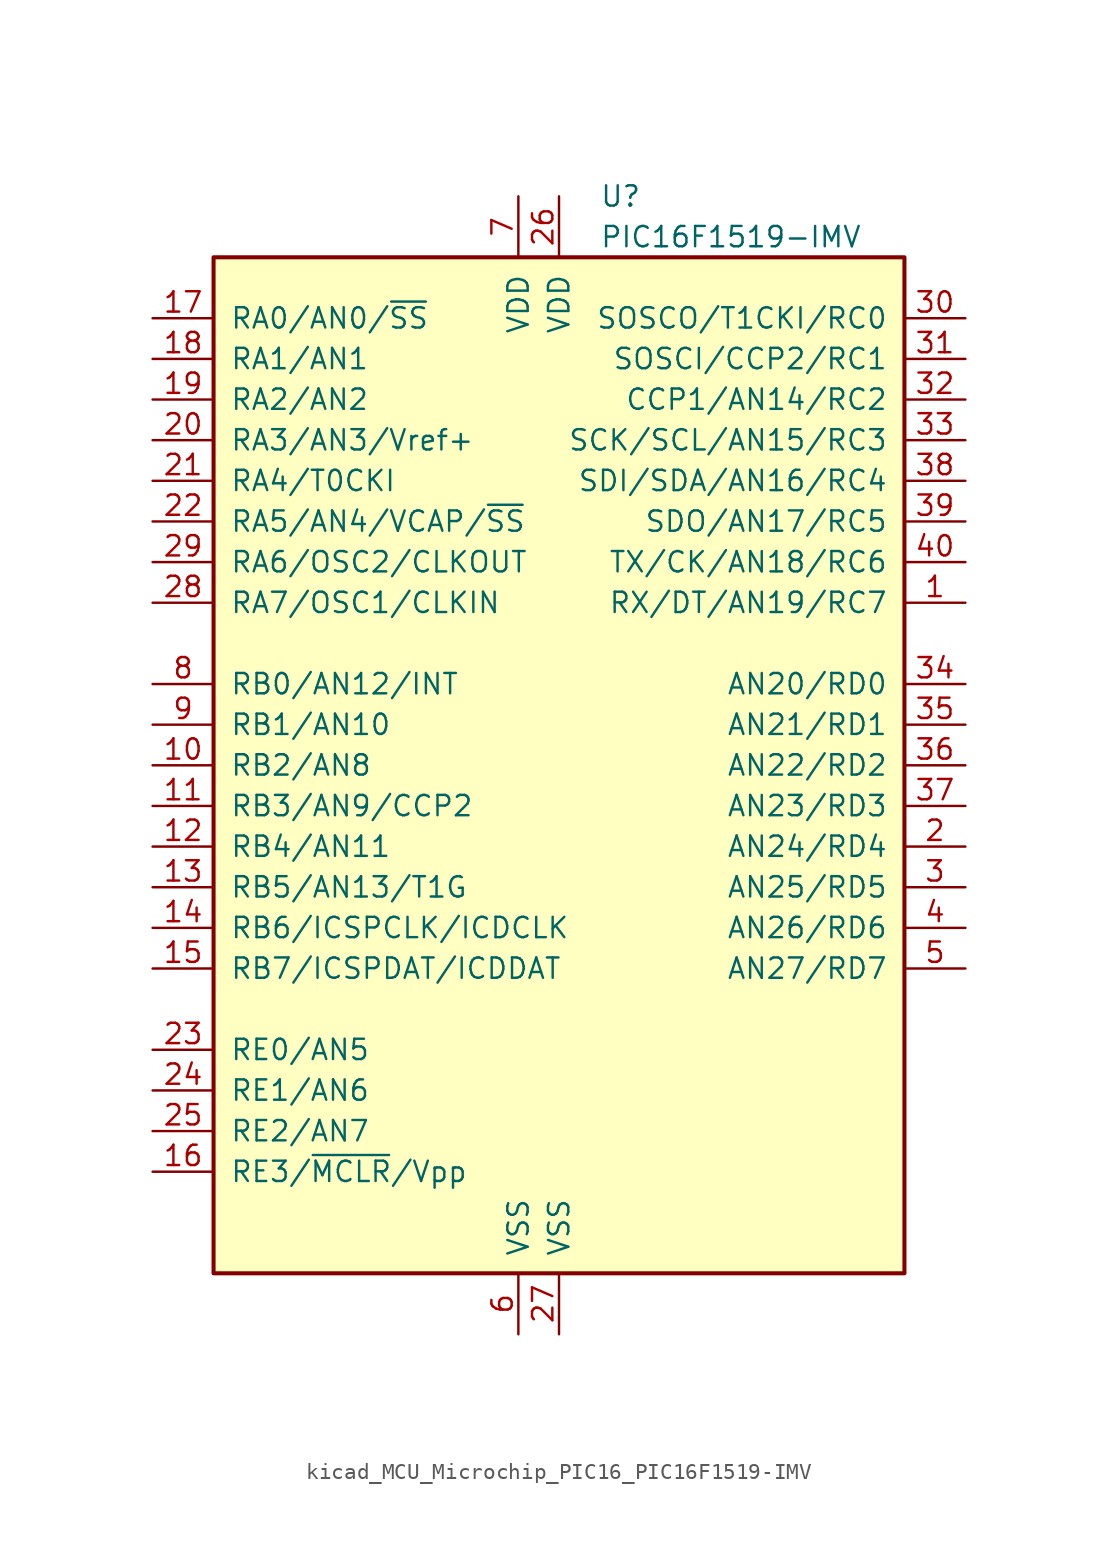
<source format=kicad_sym>
(kicad_symbol_lib
  (version 20220914)
  (generator kicad_symbol_editor)
  (symbol "kicad_MCU_Microchip_PIC16_PIC16F1519-IMV"
    (pin_names
      (offset 1.016))
    (property "Reference" "U"
      (at 2.54 35.56 0)
      (effects (font (size 1.27 1.27)) (justify left)))
    (property "Value" "PIC16F1519-IMV"
      (at 2.54 33.02 0)
      (effects (font (size 1.27 1.27)) (justify left)))
    (symbol "kicad_MCU_Microchip_PIC16_PIC16F1519-IMV_0_1"
      (rectangle (start -21.59 31.75) (end 21.59 -31.75) (stroke (width 0.254) (type default)) (fill (type background))))
    (symbol "kicad_MCU_Microchip_PIC16_PIC16F1519-IMV_1_1"
      (pin bidirectional line (at 25.4 10.16 180) (length 3.81) (name "RX/DT/AN19/RC7" (effects (font (size 1.27 1.27)))) (number "1" (effects (font (size 1.27 1.27)))))
      (pin bidirectional line (at -25.4 0 0) (length 3.81) (name "RB2/AN8" (effects (font (size 1.27 1.27)))) (number "10" (effects (font (size 1.27 1.27)))))
      (pin bidirectional line (at -25.4 -2.54 0) (length 3.81) (name "RB3/AN9/CCP2" (effects (font (size 1.27 1.27)))) (number "11" (effects (font (size 1.27 1.27)))))
      (pin bidirectional line (at -25.4 -5.08 0) (length 3.81) (name "RB4/AN11" (effects (font (size 1.27 1.27)))) (number "12" (effects (font (size 1.27 1.27)))))
      (pin bidirectional line (at -25.4 -7.62 0) (length 3.81) (name "RB5/AN13/T1G" (effects (font (size 1.27 1.27)))) (number "13" (effects (font (size 1.27 1.27)))))
      (pin bidirectional line (at -25.4 -10.16 0) (length 3.81) (name "RB6/ICSPCLK/ICDCLK" (effects (font (size 1.27 1.27)))) (number "14" (effects (font (size 1.27 1.27)))))
      (pin bidirectional line (at -25.4 -12.7 0) (length 3.81) (name "RB7/ICSPDAT/ICDDAT" (effects (font (size 1.27 1.27)))) (number "15" (effects (font (size 1.27 1.27)))))
      (pin input line (at -25.4 -25.4 0) (length 3.81) (name "RE3/~{MCLR}/Vpp" (effects (font (size 1.27 1.27)))) (number "16" (effects (font (size 1.27 1.27)))))
      (pin bidirectional line (at -25.4 27.94 0) (length 3.81) (name "RA0/AN0/~{SS}" (effects (font (size 1.27 1.27)))) (number "17" (effects (font (size 1.27 1.27)))))
      (pin bidirectional line (at -25.4 25.4 0) (length 3.81) (name "RA1/AN1" (effects (font (size 1.27 1.27)))) (number "18" (effects (font (size 1.27 1.27)))))
      (pin bidirectional line (at -25.4 22.86 0) (length 3.81) (name "RA2/AN2" (effects (font (size 1.27 1.27)))) (number "19" (effects (font (size 1.27 1.27)))))
      (pin bidirectional line (at 25.4 -5.08 180) (length 3.81) (name "AN24/RD4" (effects (font (size 1.27 1.27)))) (number "2" (effects (font (size 1.27 1.27)))))
      (pin bidirectional line (at -25.4 20.32 0) (length 3.81) (name "RA3/AN3/Vref+" (effects (font (size 1.27 1.27)))) (number "20" (effects (font (size 1.27 1.27)))))
      (pin bidirectional line (at -25.4 17.78 0) (length 3.81) (name "RA4/T0CKI" (effects (font (size 1.27 1.27)))) (number "21" (effects (font (size 1.27 1.27)))))
      (pin bidirectional line (at -25.4 15.24 0) (length 3.81) (name "RA5/AN4/VCAP/~{SS}" (effects (font (size 1.27 1.27)))) (number "22" (effects (font (size 1.27 1.27)))))
      (pin bidirectional line (at -25.4 -17.78 0) (length 3.81) (name "RE0/AN5" (effects (font (size 1.27 1.27)))) (number "23" (effects (font (size 1.27 1.27)))))
      (pin bidirectional line (at -25.4 -20.32 0) (length 3.81) (name "RE1/AN6" (effects (font (size 1.27 1.27)))) (number "24" (effects (font (size 1.27 1.27)))))
      (pin bidirectional line (at -25.4 -22.86 0) (length 3.81) (name "RE2/AN7" (effects (font (size 1.27 1.27)))) (number "25" (effects (font (size 1.27 1.27)))))
      (pin power_in line (at 0 35.56 270) (length 3.81) (name "VDD" (effects (font (size 1.27 1.27)))) (number "26" (effects (font (size 1.27 1.27)))))
      (pin power_in line (at 0 -35.56 90) (length 3.81) (name "VSS" (effects (font (size 1.27 1.27)))) (number "27" (effects (font (size 1.27 1.27)))))
      (pin bidirectional line (at -25.4 10.16 0) (length 3.81) (name "RA7/OSC1/CLKIN" (effects (font (size 1.27 1.27)))) (number "28" (effects (font (size 1.27 1.27)))))
      (pin bidirectional line (at -25.4 12.7 0) (length 3.81) (name "RA6/OSC2/CLKOUT" (effects (font (size 1.27 1.27)))) (number "29" (effects (font (size 1.27 1.27)))))
      (pin bidirectional line (at 25.4 -7.62 180) (length 3.81) (name "AN25/RD5" (effects (font (size 1.27 1.27)))) (number "3" (effects (font (size 1.27 1.27)))))
      (pin bidirectional line (at 25.4 27.94 180) (length 3.81) (name "SOSCO/T1CKI/RC0" (effects (font (size 1.27 1.27)))) (number "30" (effects (font (size 1.27 1.27)))))
      (pin bidirectional line (at 25.4 25.4 180) (length 3.81) (name "SOSCI/CCP2/RC1" (effects (font (size 1.27 1.27)))) (number "31" (effects (font (size 1.27 1.27)))))
      (pin bidirectional line (at 25.4 22.86 180) (length 3.81) (name "CCP1/AN14/RC2" (effects (font (size 1.27 1.27)))) (number "32" (effects (font (size 1.27 1.27)))))
      (pin bidirectional line (at 25.4 20.32 180) (length 3.81) (name "SCK/SCL/AN15/RC3" (effects (font (size 1.27 1.27)))) (number "33" (effects (font (size 1.27 1.27)))))
      (pin bidirectional line (at 25.4 5.08 180) (length 3.81) (name "AN20/RD0" (effects (font (size 1.27 1.27)))) (number "34" (effects (font (size 1.27 1.27)))))
      (pin bidirectional line (at 25.4 2.54 180) (length 3.81) (name "AN21/RD1" (effects (font (size 1.27 1.27)))) (number "35" (effects (font (size 1.27 1.27)))))
      (pin bidirectional line (at 25.4 0 180) (length 3.81) (name "AN22/RD2" (effects (font (size 1.27 1.27)))) (number "36" (effects (font (size 1.27 1.27)))))
      (pin bidirectional line (at 25.4 -2.54 180) (length 3.81) (name "AN23/RD3" (effects (font (size 1.27 1.27)))) (number "37" (effects (font (size 1.27 1.27)))))
      (pin bidirectional line (at 25.4 17.78 180) (length 3.81) (name "SDI/SDA/AN16/RC4" (effects (font (size 1.27 1.27)))) (number "38" (effects (font (size 1.27 1.27)))))
      (pin bidirectional line (at 25.4 15.24 180) (length 3.81) (name "SDO/AN17/RC5" (effects (font (size 1.27 1.27)))) (number "39" (effects (font (size 1.27 1.27)))))
      (pin bidirectional line (at 25.4 -10.16 180) (length 3.81) (name "AN26/RD6" (effects (font (size 1.27 1.27)))) (number "4" (effects (font (size 1.27 1.27)))))
      (pin bidirectional line (at 25.4 12.7 180) (length 3.81) (name "TX/CK/AN18/RC6" (effects (font (size 1.27 1.27)))) (number "40" (effects (font (size 1.27 1.27)))))
      (pin bidirectional line (at 25.4 -12.7 180) (length 3.81) (name "AN27/RD7" (effects (font (size 1.27 1.27)))) (number "5" (effects (font (size 1.27 1.27)))))
      (pin power_in line (at -2.54 -35.56 90) (length 3.81) (name "VSS" (effects (font (size 1.27 1.27)))) (number "6" (effects (font (size 1.27 1.27)))))
      (pin power_in line (at -2.54 35.56 270) (length 3.81) (name "VDD" (effects (font (size 1.27 1.27)))) (number "7" (effects (font (size 1.27 1.27)))))
      (pin bidirectional line (at -25.4 5.08 0) (length 3.81) (name "RB0/AN12/INT" (effects (font (size 1.27 1.27)))) (number "8" (effects (font (size 1.27 1.27)))))
      (pin bidirectional line (at -25.4 2.54 0) (length 3.81) (name "RB1/AN10" (effects (font (size 1.27 1.27)))) (number "9" (effects (font (size 1.27 1.27))))))))
</source>
